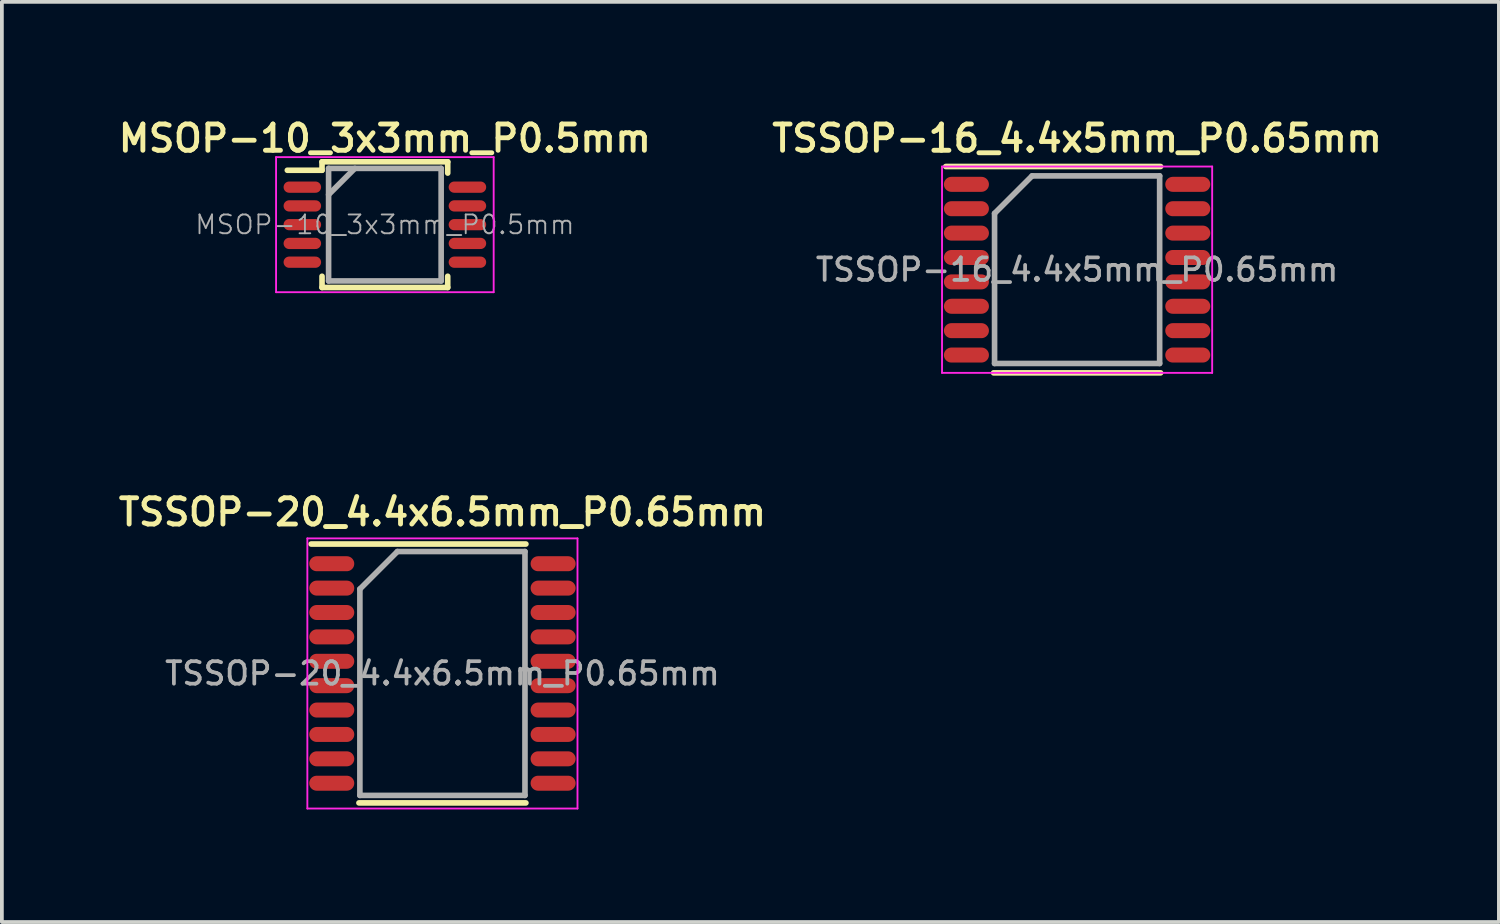
<source format=kicad_pcb>
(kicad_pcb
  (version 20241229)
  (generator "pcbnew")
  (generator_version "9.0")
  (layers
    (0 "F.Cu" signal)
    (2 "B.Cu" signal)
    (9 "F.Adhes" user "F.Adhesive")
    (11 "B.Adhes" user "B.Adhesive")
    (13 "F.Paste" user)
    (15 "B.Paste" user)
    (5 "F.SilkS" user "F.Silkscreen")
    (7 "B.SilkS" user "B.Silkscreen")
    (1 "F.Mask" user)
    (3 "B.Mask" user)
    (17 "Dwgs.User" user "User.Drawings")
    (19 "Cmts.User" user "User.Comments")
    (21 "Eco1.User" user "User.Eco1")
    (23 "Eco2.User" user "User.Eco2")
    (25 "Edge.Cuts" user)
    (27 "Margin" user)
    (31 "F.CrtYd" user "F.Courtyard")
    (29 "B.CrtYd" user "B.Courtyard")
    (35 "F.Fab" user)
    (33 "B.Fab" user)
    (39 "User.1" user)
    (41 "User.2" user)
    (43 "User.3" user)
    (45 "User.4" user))
  (footprint "MSOP-10_3x3mm_P0.5mm"
    (layer "F.Cu")
    (at 7.208 2.938)
    (property "Reference" "MSOP-10_3x3mm_P0.5mm" (at 0 -2.3 0) (layer "F.SilkS") (effects (font (size 0.7 0.7) (thickness 0.13))))
    (attr smd)
    (fp_line (start -1.675 -1.675) (end -1.675 -1.45) (stroke (width 0.15) (type solid)) (layer "F.SilkS"))
    (fp_line (start -1.675 -1.675) (end 1.675 -1.675) (stroke (width 0.15) (type solid)) (layer "F.SilkS"))
    (fp_line (start -1.675 -1.45) (end -2.6 -1.45) (stroke (width 0.15) (type solid)) (layer "F.SilkS"))
    (fp_line (start -1.675 1.675) (end -1.675 1.375) (stroke (width 0.15) (type solid)) (layer "F.SilkS"))
    (fp_line (start -1.675 1.675) (end 1.675 1.675) (stroke (width 0.15) (type solid)) (layer "F.SilkS"))
    (fp_line (start 1.675 -1.675) (end 1.675 -1.375) (stroke (width 0.15) (type solid)) (layer "F.SilkS"))
    (fp_line (start 1.675 1.675) (end 1.675 1.375) (stroke (width 0.15) (type solid)) (layer "F.SilkS"))
    (fp_line (start -2.9 -1.8) (end -2.9 1.8) (stroke (width 0.05) (type solid)) (layer "F.CrtYd"))
    (fp_line (start -2.9 -1.8) (end 2.9 -1.8) (stroke (width 0.05) (type solid)) (layer "F.CrtYd"))
    (fp_line (start -2.9 1.8) (end 2.9 1.8) (stroke (width 0.05) (type solid)) (layer "F.CrtYd"))
    (fp_line (start 2.9 -1.8) (end 2.9 1.8) (stroke (width 0.05) (type solid)) (layer "F.CrtYd"))
    (fp_line (start -1.5 -1.5) (end 1.5 -1.5) (stroke (width 0.15) (type solid)) (layer "F.Fab"))
    (fp_line (start -1.5 -0.8) (end -0.8 -1.5) (stroke (width 0.15) (type solid)) (layer "F.Fab"))
    (fp_line (start -1.5 1.5) (end -1.5 -1.5) (stroke (width 0.15) (type solid)) (layer "F.Fab"))
    (fp_line (start 1.5 -1.5) (end 1.5 1.5) (stroke (width 0.15) (type solid)) (layer "F.Fab"))
    (fp_line (start 1.5 1.5) (end -1.5 1.5) (stroke (width 0.15) (type solid)) (layer "F.Fab"))
    (fp_text user "${REFERENCE}" (at 0 0 0) (layer "F.Fab") (effects (font (size 0.5 0.5) (thickness 0.05))))
    (pad "1" smd oval (at -2.2 -1) (size 1 0.3) (layers "F.Cu" "F.Mask" "F.Paste"))
    (pad "2" smd oval (at -2.2 -0.5) (size 1 0.3) (layers "F.Cu" "F.Mask" "F.Paste"))
    (pad "3" smd oval (at -2.2 0) (size 1 0.3) (layers "F.Cu" "F.Mask" "F.Paste"))
    (pad "4" smd oval (at -2.2 0.5) (size 1 0.3) (layers "F.Cu" "F.Mask" "F.Paste"))
    (pad "5" smd oval (at -2.2 1) (size 1 0.3) (layers "F.Cu" "F.Mask" "F.Paste"))
    (pad "6" smd oval (at 2.2 1) (size 1 0.3) (layers "F.Cu" "F.Mask" "F.Paste"))
    (pad "7" smd oval (at 2.2 0.5) (size 1 0.3) (layers "F.Cu" "F.Mask" "F.Paste"))
    (pad "8" smd oval (at 2.2 0) (size 1 0.3) (layers "F.Cu" "F.Mask" "F.Paste"))
    (pad "9" smd oval (at 2.2 -0.5) (size 1 0.3) (layers "F.Cu" "F.Mask" "F.Paste"))
    (pad "10" smd oval (at 2.2 -1) (size 1 0.3) (layers "F.Cu" "F.Mask" "F.Paste")))
  (footprint "TSSOP-20_4.4x6.5mm_P0.65mm"
    (layer "F.Cu")
    (at 8.742 14.9)
    (property "Reference" "TSSOP-20_4.4x6.5mm_P0.65mm" (at 0 -4.3 0) (layer "F.SilkS") (effects (font (size 0.7 0.7) (thickness 0.13))))
    (attr smd)
    (fp_line (start -3.5 -3.45) (end 2.225 -3.45) (stroke (width 0.15) (type solid)) (layer "F.SilkS"))
    (fp_line (start -2.225 3.45) (end 2.225 3.45) (stroke (width 0.15) (type solid)) (layer "F.SilkS"))
    (fp_line (start -3.6 -3.6) (end -3.6 3.6) (stroke (width 0.05) (type solid)) (layer "F.CrtYd"))
    (fp_line (start -3.6 -3.6) (end 3.6 -3.6) (stroke (width 0.05) (type solid)) (layer "F.CrtYd"))
    (fp_line (start -3.6 3.6) (end 3.6 3.6) (stroke (width 0.05) (type solid)) (layer "F.CrtYd"))
    (fp_line (start 3.6 -3.6) (end 3.6 3.6) (stroke (width 0.05) (type solid)) (layer "F.CrtYd"))
    (fp_line (start -2.2 -2.25) (end -1.2 -3.25) (stroke (width 0.15) (type solid)) (layer "F.Fab"))
    (fp_line (start -2.2 3.25) (end -2.2 -2.25) (stroke (width 0.15) (type solid)) (layer "F.Fab"))
    (fp_line (start -1.2 -3.25) (end 2.2 -3.25) (stroke (width 0.15) (type solid)) (layer "F.Fab"))
    (fp_line (start 2.2 -3.25) (end 2.2 3.25) (stroke (width 0.15) (type solid)) (layer "F.Fab"))
    (fp_line (start 2.2 3.25) (end -2.2 3.25) (stroke (width 0.15) (type solid)) (layer "F.Fab"))
    (fp_text user "${REFERENCE}" (at 0 0 0) (layer "F.Fab") (effects (font (size 0.6 0.6) (thickness 0.1))))
    (pad "1" smd oval (at -2.95 -2.925) (size 1.2 0.4) (layers "F.Cu" "F.Mask" "F.Paste"))
    (pad "2" smd oval (at -2.95 -2.275) (size 1.2 0.4) (layers "F.Cu" "F.Mask" "F.Paste"))
    (pad "3" smd oval (at -2.95 -1.625) (size 1.2 0.4) (layers "F.Cu" "F.Mask" "F.Paste"))
    (pad "4" smd oval (at -2.95 -0.975) (size 1.2 0.4) (layers "F.Cu" "F.Mask" "F.Paste"))
    (pad "5" smd oval (at -2.95 -0.325) (size 1.2 0.4) (layers "F.Cu" "F.Mask" "F.Paste"))
    (pad "6" smd oval (at -2.95 0.325) (size 1.2 0.4) (layers "F.Cu" "F.Mask" "F.Paste"))
    (pad "7" smd oval (at -2.95 0.975) (size 1.2 0.4) (layers "F.Cu" "F.Mask" "F.Paste"))
    (pad "8" smd oval (at -2.95 1.625) (size 1.2 0.4) (layers "F.Cu" "F.Mask" "F.Paste"))
    (pad "9" smd oval (at -2.95 2.275) (size 1.2 0.4) (layers "F.Cu" "F.Mask" "F.Paste"))
    (pad "10" smd oval (at -2.95 2.925) (size 1.2 0.4) (layers "F.Cu" "F.Mask" "F.Paste"))
    (pad "11" smd oval (at 2.95 2.925) (size 1.2 0.4) (layers "F.Cu" "F.Mask" "F.Paste"))
    (pad "12" smd oval (at 2.95 2.275) (size 1.2 0.4) (layers "F.Cu" "F.Mask" "F.Paste"))
    (pad "13" smd oval (at 2.95 1.625) (size 1.2 0.4) (layers "F.Cu" "F.Mask" "F.Paste"))
    (pad "14" smd oval (at 2.95 0.975) (size 1.2 0.4) (layers "F.Cu" "F.Mask" "F.Paste"))
    (pad "15" smd oval (at 2.95 0.325) (size 1.2 0.4) (layers "F.Cu" "F.Mask" "F.Paste"))
    (pad "16" smd oval (at 2.95 -0.325) (size 1.2 0.4) (layers "F.Cu" "F.Mask" "F.Paste"))
    (pad "17" smd oval (at 2.95 -0.975) (size 1.2 0.4) (layers "F.Cu" "F.Mask" "F.Paste"))
    (pad "18" smd oval (at 2.95 -1.625) (size 1.2 0.4) (layers "F.Cu" "F.Mask" "F.Paste"))
    (pad "19" smd oval (at 2.95 -2.275) (size 1.2 0.4) (layers "F.Cu" "F.Mask" "F.Paste"))
    (pad "20" smd oval (at 2.95 -2.925) (size 1.2 0.4) (layers "F.Cu" "F.Mask" "F.Paste")))
  (footprint "TSSOP-16_4.4x5mm_P0.65mm"
    (layer "F.Cu")
    (at 25.658 4.138)
    (property "Reference" "TSSOP-16_4.4x5mm_P0.65mm" (at 0 -3.5 0) (layer "F.SilkS") (effects (font (size 0.7 0.7) (thickness 0.13))))
    (attr smd)
    (fp_line (start -3.5 -2.75) (end 2.225 -2.75) (stroke (width 0.15) (type solid)) (layer "F.SilkS"))
    (fp_line (start -2.225 2.75) (end 2.225 2.75) (stroke (width 0.15) (type solid)) (layer "F.SilkS"))
    (fp_line (start -3.6 -2.75) (end -3.6 2.75) (stroke (width 0.05) (type solid)) (layer "F.CrtYd"))
    (fp_line (start -3.6 -2.75) (end 3.6 -2.75) (stroke (width 0.05) (type solid)) (layer "F.CrtYd"))
    (fp_line (start -3.6 2.75) (end 3.6 2.75) (stroke (width 0.05) (type solid)) (layer "F.CrtYd"))
    (fp_line (start 3.6 -2.75) (end 3.6 2.75) (stroke (width 0.05) (type solid)) (layer "F.CrtYd"))
    (fp_line (start -2.2 -1.5) (end -1.2 -2.5) (stroke (width 0.15) (type solid)) (layer "F.Fab"))
    (fp_line (start -2.2 2.5) (end -2.2 -1.5) (stroke (width 0.15) (type solid)) (layer "F.Fab"))
    (fp_line (start -1.2 -2.5) (end 2.2 -2.5) (stroke (width 0.15) (type solid)) (layer "F.Fab"))
    (fp_line (start 2.2 -2.5) (end 2.2 2.5) (stroke (width 0.15) (type solid)) (layer "F.Fab"))
    (fp_line (start 2.2 2.5) (end -2.2 2.5) (stroke (width 0.15) (type solid)) (layer "F.Fab"))
    (fp_text user "${REFERENCE}" (at 0 0 0) (layer "F.Fab") (effects (font (size 0.6 0.6) (thickness 0.1))))
    (pad "1" smd oval (at -2.95 -2.275) (size 1.2 0.4) (layers "F.Cu" "F.Mask" "F.Paste"))
    (pad "2" smd oval (at -2.95 -1.625) (size 1.2 0.4) (layers "F.Cu" "F.Mask" "F.Paste"))
    (pad "3" smd oval (at -2.95 -0.975) (size 1.2 0.4) (layers "F.Cu" "F.Mask" "F.Paste"))
    (pad "4" smd oval (at -2.95 -0.325) (size 1.2 0.4) (layers "F.Cu" "F.Mask" "F.Paste"))
    (pad "5" smd oval (at -2.95 0.325) (size 1.2 0.4) (layers "F.Cu" "F.Mask" "F.Paste"))
    (pad "6" smd oval (at -2.95 0.975) (size 1.2 0.4) (layers "F.Cu" "F.Mask" "F.Paste"))
    (pad "7" smd oval (at -2.95 1.625) (size 1.2 0.4) (layers "F.Cu" "F.Mask" "F.Paste"))
    (pad "8" smd oval (at -2.95 2.275) (size 1.2 0.4) (layers "F.Cu" "F.Mask" "F.Paste"))
    (pad "9" smd oval (at 2.95 2.275) (size 1.2 0.4) (layers "F.Cu" "F.Mask" "F.Paste"))
    (pad "10" smd oval (at 2.95 1.625) (size 1.2 0.4) (layers "F.Cu" "F.Mask" "F.Paste"))
    (pad "11" smd oval (at 2.95 0.975) (size 1.2 0.4) (layers "F.Cu" "F.Mask" "F.Paste"))
    (pad "12" smd oval (at 2.95 0.325) (size 1.2 0.4) (layers "F.Cu" "F.Mask" "F.Paste"))
    (pad "13" smd oval (at 2.95 -0.325) (size 1.2 0.4) (layers "F.Cu" "F.Mask" "F.Paste"))
    (pad "14" smd oval (at 2.95 -0.975) (size 1.2 0.4) (layers "F.Cu" "F.Mask" "F.Paste"))
    (pad "15" smd oval (at 2.95 -1.625) (size 1.2 0.4) (layers "F.Cu" "F.Mask" "F.Paste"))
    (pad "16" smd oval (at 2.95 -2.275) (size 1.2 0.4) (layers "F.Cu" "F.Mask" "F.Paste")))
  (gr_rect
    (start -3 -3)
    (end 36.9 21.525)
    (stroke (width 0.1) (type default))
    (fill no)
    (layer "Edge.Cuts")))
</source>
